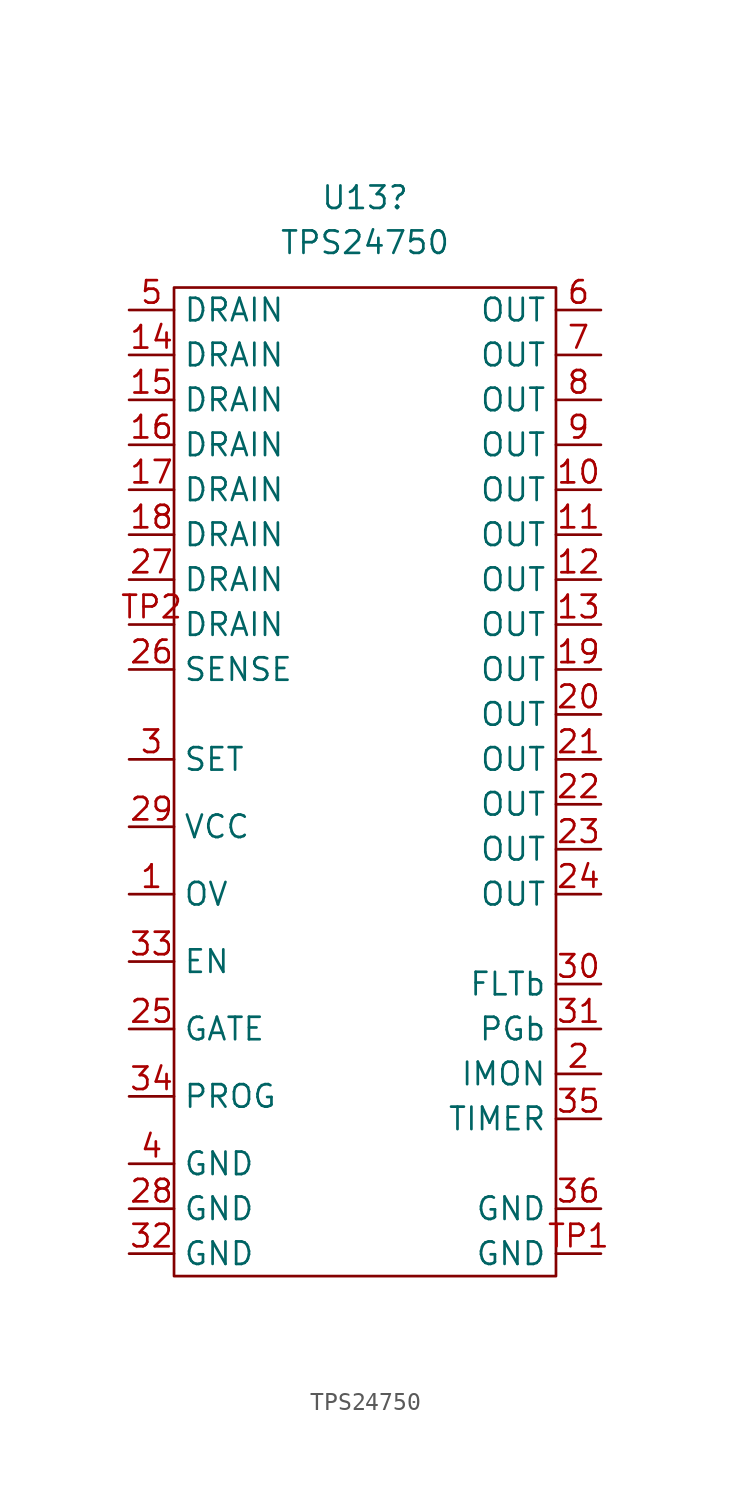
<source format=kicad_sym>
(kicad_symbol_lib
  (version 20211014)
  (generator kicad_symbol_editor)
  (symbol "TPS24750"
    (property "Reference" "U13"
      (at -0.635 17.78 0)
      (effects (font (size 1.27 1.27))))
    (property "Value" "TPS24750"
      (at -0.635 15.24 0)
      (effects (font (size 1.27 1.27))))
    (symbol "TPS24750_0_1"
      (rectangle (start -11.43 12.7) (end 10.16 -43.18) (stroke (width 0) (type default) (color 0 0 0 0)) (fill (type none))))
    (symbol "TPS24750_1_1"
      (pin input line (at -13.97 -21.59 0) (length 2.54) (name "OV" (effects (font (size 1.27 1.27)))) (number "1" (effects (font (size 1.27 1.27)))))
      (pin output line (at 12.7 1.27 180) (length 2.54) (name "OUT" (effects (font (size 1.27 1.27)))) (number "10" (effects (font (size 1.27 1.27)))))
      (pin output line (at 12.7 -1.27 180) (length 2.54) (name "OUT" (effects (font (size 1.27 1.27)))) (number "11" (effects (font (size 1.27 1.27)))))
      (pin output line (at 12.7 -3.81 180) (length 2.54) (name "OUT" (effects (font (size 1.27 1.27)))) (number "12" (effects (font (size 1.27 1.27)))))
      (pin output line (at 12.7 -6.35 180) (length 2.54) (name "OUT" (effects (font (size 1.27 1.27)))) (number "13" (effects (font (size 1.27 1.27)))))
      (pin input line (at -13.97 8.89 0) (length 2.54) (name "DRAIN" (effects (font (size 1.27 1.27)))) (number "14" (effects (font (size 1.27 1.27)))))
      (pin input line (at -13.97 6.35 0) (length 2.54) (name "DRAIN" (effects (font (size 1.27 1.27)))) (number "15" (effects (font (size 1.27 1.27)))))
      (pin input line (at -13.97 3.81 0) (length 2.54) (name "DRAIN" (effects (font (size 1.27 1.27)))) (number "16" (effects (font (size 1.27 1.27)))))
      (pin input line (at -13.97 1.27 0) (length 2.54) (name "DRAIN" (effects (font (size 1.27 1.27)))) (number "17" (effects (font (size 1.27 1.27)))))
      (pin input line (at -13.97 -1.27 0) (length 2.54) (name "DRAIN" (effects (font (size 1.27 1.27)))) (number "18" (effects (font (size 1.27 1.27)))))
      (pin output line (at 12.7 -8.89 180) (length 2.54) (name "OUT" (effects (font (size 1.27 1.27)))) (number "19" (effects (font (size 1.27 1.27)))))
      (pin output line (at 12.7 -31.75 180) (length 2.54) (name "IMON" (effects (font (size 1.27 1.27)))) (number "2" (effects (font (size 1.27 1.27)))))
      (pin output line (at 12.7 -11.43 180) (length 2.54) (name "OUT" (effects (font (size 1.27 1.27)))) (number "20" (effects (font (size 1.27 1.27)))))
      (pin output line (at 12.7 -13.97 180) (length 2.54) (name "OUT" (effects (font (size 1.27 1.27)))) (number "21" (effects (font (size 1.27 1.27)))))
      (pin output line (at 12.7 -16.51 180) (length 2.54) (name "OUT" (effects (font (size 1.27 1.27)))) (number "22" (effects (font (size 1.27 1.27)))))
      (pin output line (at 12.7 -19.05 180) (length 2.54) (name "OUT" (effects (font (size 1.27 1.27)))) (number "23" (effects (font (size 1.27 1.27)))))
      (pin output line (at 12.7 -21.59 180) (length 2.54) (name "OUT" (effects (font (size 1.27 1.27)))) (number "24" (effects (font (size 1.27 1.27)))))
      (pin bidirectional line (at -13.97 -29.21 0) (length 2.54) (name "GATE" (effects (font (size 1.27 1.27)))) (number "25" (effects (font (size 1.27 1.27)))))
      (pin input line (at -13.97 -8.89 0) (length 2.54) (name "SENSE" (effects (font (size 1.27 1.27)))) (number "26" (effects (font (size 1.27 1.27)))))
      (pin input line (at -13.97 -3.81 0) (length 2.54) (name "DRAIN" (effects (font (size 1.27 1.27)))) (number "27" (effects (font (size 1.27 1.27)))))
      (pin input line (at -13.97 -39.37 0) (length 2.54) (name "GND" (effects (font (size 1.27 1.27)))) (number "28" (effects (font (size 1.27 1.27)))))
      (pin input line (at -13.97 -17.78 0) (length 2.54) (name "VCC" (effects (font (size 1.27 1.27)))) (number "29" (effects (font (size 1.27 1.27)))))
      (pin input line (at -13.97 -13.97 0) (length 2.54) (name "SET" (effects (font (size 1.27 1.27)))) (number "3" (effects (font (size 1.27 1.27)))))
      (pin output line (at 12.7 -26.67 180) (length 2.54) (name "FLTb" (effects (font (size 1.27 1.27)))) (number "30" (effects (font (size 1.27 1.27)))))
      (pin output line (at 12.7 -29.21 180) (length 2.54) (name "PGb" (effects (font (size 1.27 1.27)))) (number "31" (effects (font (size 1.27 1.27)))))
      (pin input line (at -13.97 -41.91 0) (length 2.54) (name "GND" (effects (font (size 1.27 1.27)))) (number "32" (effects (font (size 1.27 1.27)))))
      (pin input line (at -13.97 -25.4 0) (length 2.54) (name "EN" (effects (font (size 1.27 1.27)))) (number "33" (effects (font (size 1.27 1.27)))))
      (pin input line (at -13.97 -33.02 0) (length 2.54) (name "PROG" (effects (font (size 1.27 1.27)))) (number "34" (effects (font (size 1.27 1.27)))))
      (pin bidirectional line (at 12.7 -34.29 180) (length 2.54) (name "TIMER" (effects (font (size 1.27 1.27)))) (number "35" (effects (font (size 1.27 1.27)))))
      (pin output line (at 12.7 -39.37 180) (length 2.54) (name "GND" (effects (font (size 1.27 1.27)))) (number "36" (effects (font (size 1.27 1.27)))))
      (pin input line (at -13.97 -36.83 0) (length 2.54) (name "GND" (effects (font (size 1.27 1.27)))) (number "4" (effects (font (size 1.27 1.27)))))
      (pin input line (at -13.97 11.43 0) (length 2.54) (name "DRAIN" (effects (font (size 1.27 1.27)))) (number "5" (effects (font (size 1.27 1.27)))))
      (pin output line (at 12.7 11.43 180) (length 2.54) (name "OUT" (effects (font (size 1.27 1.27)))) (number "6" (effects (font (size 1.27 1.27)))))
      (pin output line (at 12.7 8.89 180) (length 2.54) (name "OUT" (effects (font (size 1.27 1.27)))) (number "7" (effects (font (size 1.27 1.27)))))
      (pin output line (at 12.7 6.35 180) (length 2.54) (name "OUT" (effects (font (size 1.27 1.27)))) (number "8" (effects (font (size 1.27 1.27)))))
      (pin output line (at 12.7 3.81 180) (length 2.54) (name "OUT" (effects (font (size 1.27 1.27)))) (number "9" (effects (font (size 1.27 1.27)))))
      (pin output line (at 12.7 -41.91 180) (length 2.54) (name "GND" (effects (font (size 1.27 1.27)))) (number "TP1" (effects (font (size 1.27 1.27)))))
      (pin input line (at -13.97 -6.35 0) (length 2.54) (name "DRAIN" (effects (font (size 1.27 1.27)))) (number "TP2" (effects (font (size 1.27 1.27))))))))
</source>
